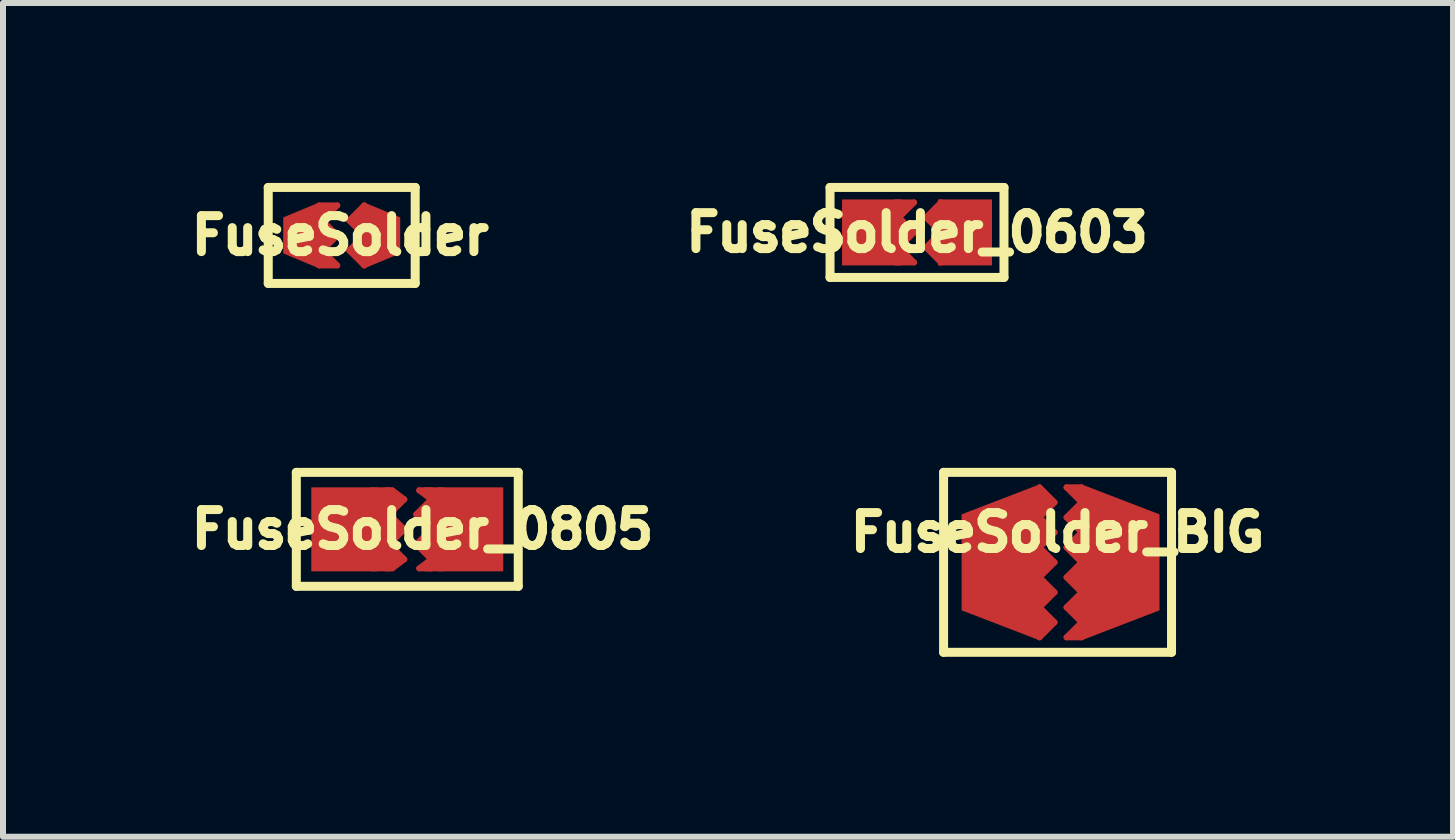
<source format=kicad_pcb>
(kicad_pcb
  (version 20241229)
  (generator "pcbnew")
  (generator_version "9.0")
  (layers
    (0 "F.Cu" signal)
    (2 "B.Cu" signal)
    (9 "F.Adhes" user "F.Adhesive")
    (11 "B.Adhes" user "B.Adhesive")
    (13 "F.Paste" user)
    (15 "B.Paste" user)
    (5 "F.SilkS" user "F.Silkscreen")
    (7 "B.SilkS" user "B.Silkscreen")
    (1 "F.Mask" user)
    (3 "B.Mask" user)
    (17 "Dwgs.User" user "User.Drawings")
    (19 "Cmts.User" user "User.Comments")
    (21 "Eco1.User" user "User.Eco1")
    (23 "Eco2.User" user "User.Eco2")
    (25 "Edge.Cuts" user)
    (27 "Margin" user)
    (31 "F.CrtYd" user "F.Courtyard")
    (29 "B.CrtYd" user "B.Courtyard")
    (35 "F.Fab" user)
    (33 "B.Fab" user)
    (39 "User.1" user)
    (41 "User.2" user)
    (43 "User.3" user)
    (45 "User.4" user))
  (footprint "FuseSolder_BIG"
    (layer "F.Cu")
    (at 14.581 6.325)
    (property "Reference" "FuseSolder_BIG" (at 0 -0.5 0) (layer "F.SilkS") (effects (font (size 0.6 0.6) (thickness 0.15))))
    (attr smd)
    (fp_line (start -0.3 -1.25) (end -0.3 1.25) (stroke (width 0.1) (type solid)) (layer "F.Cu"))
    (fp_line (start -0.3 -0.75) (end -0.05 -1) (stroke (width 0.1) (type solid)) (layer "F.Cu"))
    (fp_line (start -0.3 -0.25) (end -0.05 0) (stroke (width 0.1) (type solid)) (layer "F.Cu"))
    (fp_line (start -0.3 0.25) (end -0.05 0.5) (stroke (width 0.1) (type solid)) (layer "F.Cu"))
    (fp_line (start -0.3 0.75) (end -0.05 1) (stroke (width 0.1) (type solid)) (layer "F.Cu"))
    (fp_line (start -0.25 -1.1) (end -0.15 -1) (stroke (width 0.12) (type solid)) (layer "F.Cu"))
    (fp_line (start -0.25 -0.9) (end -0.25 -1.05) (stroke (width 0.12) (type solid)) (layer "F.Cu"))
    (fp_line (start -0.25 -0.6) (end -0.15 -0.5) (stroke (width 0.12) (type solid)) (layer "F.Cu"))
    (fp_line (start -0.25 -0.4) (end -0.25 -0.55) (stroke (width 0.12) (type solid)) (layer "F.Cu"))
    (fp_line (start -0.25 -0.1) (end -0.15 0) (stroke (width 0.12) (type solid)) (layer "F.Cu"))
    (fp_line (start -0.25 0.1) (end -0.25 -0.05) (stroke (width 0.12) (type solid)) (layer "F.Cu"))
    (fp_line (start -0.25 0.4) (end -0.15 0.5) (stroke (width 0.12) (type solid)) (layer "F.Cu"))
    (fp_line (start -0.25 0.6) (end -0.25 0.45) (stroke (width 0.12) (type solid)) (layer "F.Cu"))
    (fp_line (start -0.25 0.9) (end -0.15 1) (stroke (width 0.12) (type solid)) (layer "F.Cu"))
    (fp_line (start -0.25 1.1) (end -0.25 0.9) (stroke (width 0.12) (type solid)) (layer "F.Cu"))
    (fp_line (start -0.15 -1) (end -0.25 -0.9) (stroke (width 0.12) (type solid)) (layer "F.Cu"))
    (fp_line (start -0.15 -0.5) (end -0.25 -0.4) (stroke (width 0.12) (type solid)) (layer "F.Cu"))
    (fp_line (start -0.15 0) (end -0.25 0.1) (stroke (width 0.12) (type solid)) (layer "F.Cu"))
    (fp_line (start -0.15 0.5) (end -0.25 0.6) (stroke (width 0.12) (type solid)) (layer "F.Cu"))
    (fp_line (start -0.15 1) (end -0.25 1.1) (stroke (width 0.12) (type solid)) (layer "F.Cu"))
    (fp_line (start -0.05 -1) (end -0.3 -1.25) (stroke (width 0.1) (type solid)) (layer "F.Cu"))
    (fp_line (start -0.05 -0.5) (end -0.3 -0.75) (stroke (width 0.1) (type solid)) (layer "F.Cu"))
    (fp_line (start -0.05 -0.5) (end -0.3 -0.25) (stroke (width 0.1) (type solid)) (layer "F.Cu"))
    (fp_line (start -0.05 0) (end -0.3 0.25) (stroke (width 0.1) (type solid)) (layer "F.Cu"))
    (fp_line (start -0.05 0.5) (end -0.3 0.75) (stroke (width 0.1) (type solid)) (layer "F.Cu"))
    (fp_line (start -0.05 1) (end -0.3 1.25) (stroke (width 0.1) (type solid)) (layer "F.Cu"))
    (fp_line (start 0.15 -1.25) (end 0.4 -1.25) (stroke (width 0.1) (type solid)) (layer "F.Cu"))
    (fp_line (start 0.15 -0.75) (end 0.4 -1) (stroke (width 0.1) (type solid)) (layer "F.Cu"))
    (fp_line (start 0.15 -0.75) (end 0.4 -0.5) (stroke (width 0.1) (type solid)) (layer "F.Cu"))
    (fp_line (start 0.15 -0.25) (end 0.4 0) (stroke (width 0.1) (type solid)) (layer "F.Cu"))
    (fp_line (start 0.15 0.25) (end 0.4 0.5) (stroke (width 0.1) (type solid)) (layer "F.Cu"))
    (fp_line (start 0.15 0.75) (end 0.4 1) (stroke (width 0.1) (type solid)) (layer "F.Cu"))
    (fp_line (start 0.15 1.25) (end 0.4 1.25) (stroke (width 0.1) (type solid)) (layer "F.Cu"))
    (fp_line (start 0.25 -0.75) (end 0.35 -0.65) (stroke (width 0.12) (type solid)) (layer "F.Cu"))
    (fp_line (start 0.25 -0.25) (end 0.35 -0.15) (stroke (width 0.12) (type solid)) (layer "F.Cu"))
    (fp_line (start 0.25 0.25) (end 0.35 0.35) (stroke (width 0.12) (type solid)) (layer "F.Cu"))
    (fp_line (start 0.25 0.75) (end 0.35 0.65) (stroke (width 0.12) (type solid)) (layer "F.Cu"))
    (fp_line (start 0.25 1.2) (end 0.35 1.15) (stroke (width 0.12) (type solid)) (layer "F.Cu"))
    (fp_line (start 0.35 -1.1) (end 0.3 -1.2) (stroke (width 0.12) (type solid)) (layer "F.Cu"))
    (fp_line (start 0.35 -0.85) (end 0.25 -0.75) (stroke (width 0.12) (type solid)) (layer "F.Cu"))
    (fp_line (start 0.35 -0.65) (end 0.35 -0.8) (stroke (width 0.12) (type solid)) (layer "F.Cu"))
    (fp_line (start 0.35 -0.35) (end 0.25 -0.25) (stroke (width 0.12) (type solid)) (layer "F.Cu"))
    (fp_line (start 0.35 -0.15) (end 0.35 -0.3) (stroke (width 0.12) (type solid)) (layer "F.Cu"))
    (fp_line (start 0.35 0.15) (end 0.25 0.25) (stroke (width 0.12) (type solid)) (layer "F.Cu"))
    (fp_line (start 0.35 0.35) (end 0.35 0.2) (stroke (width 0.12) (type solid)) (layer "F.Cu"))
    (fp_line (start 0.35 0.65) (end 0.35 0.8) (stroke (width 0.12) (type solid)) (layer "F.Cu"))
    (fp_line (start 0.35 0.85) (end 0.25 0.75) (stroke (width 0.12) (type solid)) (layer "F.Cu"))
    (fp_line (start 0.4 -1) (end 0.15 -1.25) (stroke (width 0.1) (type solid)) (layer "F.Cu"))
    (fp_line (start 0.4 -0.5) (end 0.15 -0.25) (stroke (width 0.1) (type solid)) (layer "F.Cu"))
    (fp_line (start 0.4 0) (end 0.15 0.25) (stroke (width 0.1) (type solid)) (layer "F.Cu"))
    (fp_line (start 0.4 0.5) (end 0.15 0.75) (stroke (width 0.1) (type solid)) (layer "F.Cu"))
    (fp_line (start 0.4 1) (end 0.15 1.25) (stroke (width 0.1) (type solid)) (layer "F.Cu"))
    (fp_line (start 0.4 1.25) (end 0.4 -1.25) (stroke (width 0.1) (type solid)) (layer "F.Cu"))
    (fp_line (start -0.1 0) (end 0.1 0) (stroke (width 2.65) (type solid)) (layer "F.Mask"))
    (fp_line (start -1.9 -1.5) (end 1.9 -1.5) (stroke (width 0.15) (type solid)) (layer "F.SilkS"))
    (fp_line (start -1.9 1.5) (end -1.9 -1.5) (stroke (width 0.15) (type solid)) (layer "F.SilkS"))
    (fp_line (start 1.9 -1.5) (end 1.9 1.5) (stroke (width 0.15) (type solid)) (layer "F.SilkS"))
    (fp_line (start 1.9 1.5) (end -1.9 1.5) (stroke (width 0.15) (type solid)) (layer "F.SilkS"))
    (pad "1" smd trapezoid (at -0.95 0 90) (size 2.1 1.3) (rect_delta 0 0.5) (layers "F.Cu" "F.Mask" "F.Paste"))
    (pad "2" smd trapezoid (at 1.05 0 270) (size 2.1 1.3) (rect_delta 0 0.5) (layers "F.Cu" "F.Mask" "F.Paste")))
  (footprint "FuseSolder_0603"
    (layer "F.Cu")
    (at 12.238 0.825)
    (property "Reference" "FuseSolder_0603" (at 0 0 0) (layer "F.SilkS") (effects (font (size 0.6 0.6) (thickness 0.15))))
    (attr smd)
    (fp_line (start -0.35 -0.5) (end -0.35 0.5) (stroke (width 0.1) (type solid)) (layer "F.Cu"))
    (fp_line (start -0.35 0.5) (end -0.05 0.5) (stroke (width 0.1) (type solid)) (layer "F.Cu"))
    (fp_line (start -0.3 -0.45) (end -0.2 -0.45) (stroke (width 0.1) (type solid)) (layer "F.Cu"))
    (fp_line (start -0.3 -0.25) (end -0.05 -0.5) (stroke (width 0.1) (type solid)) (layer "F.Cu"))
    (fp_line (start -0.3 -0.15) (end -0.15 0) (stroke (width 0.1) (type solid)) (layer "F.Cu"))
    (fp_line (start -0.3 0.2) (end -0.3 -0.15) (stroke (width 0.1) (type solid)) (layer "F.Cu"))
    (fp_line (start -0.3 0.25) (end -0.05 0.5) (stroke (width 0.1) (type solid)) (layer "F.Cu"))
    (fp_line (start -0.3 0.35) (end -0.25 0.4) (stroke (width 0.1) (type solid)) (layer "F.Cu"))
    (fp_line (start -0.3 0.45) (end -0.3 0.35) (stroke (width 0.1) (type solid)) (layer "F.Cu"))
    (fp_line (start -0.25 0.1) (end -0.25 0) (stroke (width 0.1) (type solid)) (layer "F.Cu"))
    (fp_line (start -0.2 -0.45) (end -0.3 -0.35) (stroke (width 0.1) (type solid)) (layer "F.Cu"))
    (fp_line (start -0.15 0) (end -0.25 0.1) (stroke (width 0.1) (type solid)) (layer "F.Cu"))
    (fp_line (start -0.15 0.45) (end -0.3 0.45) (stroke (width 0.1) (type solid)) (layer "F.Cu"))
    (fp_line (start -0.05 -0.5) (end -0.35 -0.5) (stroke (width 0.1) (type solid)) (layer "F.Cu"))
    (fp_line (start -0.05 0) (end -0.3 -0.25) (stroke (width 0.1) (type solid)) (layer "F.Cu"))
    (fp_line (start -0.05 0) (end -0.3 0.25) (stroke (width 0.1) (type solid)) (layer "F.Cu"))
    (fp_line (start 0.15 -0.25) (end 0.4 0) (stroke (width 0.1) (type solid)) (layer "F.Cu"))
    (fp_line (start 0.15 0.25) (end 0.4 0.5) (stroke (width 0.1) (type solid)) (layer "F.Cu"))
    (fp_line (start 0.25 -0.25) (end 0.35 -0.35) (stroke (width 0.1) (type solid)) (layer "F.Cu"))
    (fp_line (start 0.25 0.25) (end 0.35 0.15) (stroke (width 0.1) (type solid)) (layer "F.Cu"))
    (fp_line (start 0.35 -0.35) (end 0.35 -0.25) (stroke (width 0.1) (type solid)) (layer "F.Cu"))
    (fp_line (start 0.35 -0.15) (end 0.25 -0.25) (stroke (width 0.1) (type solid)) (layer "F.Cu"))
    (fp_line (start 0.35 0.15) (end 0.35 0.3) (stroke (width 0.1) (type solid)) (layer "F.Cu"))
    (fp_line (start 0.35 0.4) (end 0.25 0.25) (stroke (width 0.1) (type solid)) (layer "F.Cu"))
    (fp_line (start 0.4 -0.5) (end 0.15 -0.25) (stroke (width 0.1) (type solid)) (layer "F.Cu"))
    (fp_line (start 0.4 0) (end 0.15 0.25) (stroke (width 0.1) (type solid)) (layer "F.Cu"))
    (fp_line (start 0.4 0.5) (end 0.4 -0.5) (stroke (width 0.1) (type solid)) (layer "F.Cu"))
    (fp_line (start -0.5 0) (end 0.5 0) (stroke (width 1.1) (type solid)) (layer "F.Mask"))
    (fp_line (start -1.45 -0.75) (end 1.45 -0.75) (stroke (width 0.15) (type solid)) (layer "F.SilkS"))
    (fp_line (start -1.45 0.75) (end -1.45 -0.75) (stroke (width 0.15) (type solid)) (layer "F.SilkS"))
    (fp_line (start 1.45 -0.75) (end 1.45 0.75) (stroke (width 0.15) (type solid)) (layer "F.SilkS"))
    (fp_line (start 1.45 0.75) (end -1.45 0.75) (stroke (width 0.15) (type solid)) (layer "F.SilkS"))
    (pad "1" smd rect (at -0.75 0) (size 1 1.1) (layers "F.Cu" "F.Mask" "F.Paste"))
    (pad "2" smd rect (at 0.8 0) (size 0.9 1.1) (layers "F.Cu" "F.Mask" "F.Paste")))
  (footprint "FuseSolder"
    (layer "F.Cu")
    (at 2.622 0.875)
    (property "Reference" "FuseSolder" (at 0 0 0) (layer "F.SilkS") (effects (font (size 0.6 0.6) (thickness 0.15))))
    (attr exclude_from_pos_files exclude_from_bom)
    (fp_line (start -0.35 -0.5) (end -0.35 0.5) (stroke (width 0.1) (type solid)) (layer "F.Cu"))
    (fp_line (start -0.3 -0.45) (end -0.2 -0.45) (stroke (width 0.1) (type solid)) (layer "F.Cu"))
    (fp_line (start -0.3 -0.25) (end -0.05 -0.5) (stroke (width 0.1) (type solid)) (layer "F.Cu"))
    (fp_line (start -0.3 -0.15) (end -0.15 0) (stroke (width 0.1) (type solid)) (layer "F.Cu"))
    (fp_line (start -0.3 0.2) (end -0.3 -0.15) (stroke (width 0.1) (type solid)) (layer "F.Cu"))
    (fp_line (start -0.3 0.25) (end -0.05 0.5) (stroke (width 0.1) (type solid)) (layer "F.Cu"))
    (fp_line (start -0.3 0.35) (end -0.25 0.4) (stroke (width 0.1) (type solid)) (layer "F.Cu"))
    (fp_line (start -0.3 0.45) (end -0.3 0.35) (stroke (width 0.1) (type solid)) (layer "F.Cu"))
    (fp_line (start -0.25 0.1) (end -0.25 0) (stroke (width 0.1) (type solid)) (layer "F.Cu"))
    (fp_line (start -0.2 -0.45) (end -0.3 -0.35) (stroke (width 0.1) (type solid)) (layer "F.Cu"))
    (fp_line (start -0.15 0) (end -0.25 0.1) (stroke (width 0.1) (type solid)) (layer "F.Cu"))
    (fp_line (start -0.15 0.45) (end -0.3 0.45) (stroke (width 0.1) (type solid)) (layer "F.Cu"))
    (fp_line (start -0.05 0) (end -0.3 -0.25) (stroke (width 0.1) (type solid)) (layer "F.Cu"))
    (fp_line (start -0.05 0) (end -0.3 0.25) (stroke (width 0.1) (type solid)) (layer "F.Cu"))
    (fp_line (start 0.15 -0.25) (end 0.4 0) (stroke (width 0.1) (type solid)) (layer "F.Cu"))
    (fp_line (start 0.15 0.25) (end 0.4 0.5) (stroke (width 0.1) (type solid)) (layer "F.Cu"))
    (fp_line (start 0.25 -0.25) (end 0.35 -0.35) (stroke (width 0.1) (type solid)) (layer "F.Cu"))
    (fp_line (start 0.25 0.25) (end 0.35 0.15) (stroke (width 0.1) (type solid)) (layer "F.Cu"))
    (fp_line (start 0.35 -0.35) (end 0.35 -0.25) (stroke (width 0.1) (type solid)) (layer "F.Cu"))
    (fp_line (start 0.35 -0.15) (end 0.25 -0.25) (stroke (width 0.1) (type solid)) (layer "F.Cu"))
    (fp_line (start 0.35 0.15) (end 0.35 0.3) (stroke (width 0.1) (type solid)) (layer "F.Cu"))
    (fp_line (start 0.35 0.4) (end 0.25 0.25) (stroke (width 0.1) (type solid)) (layer "F.Cu"))
    (fp_line (start 0.4 -0.5) (end 0.15 -0.25) (stroke (width 0.1) (type solid)) (layer "F.Cu"))
    (fp_line (start 0.4 0) (end 0.15 0.25) (stroke (width 0.1) (type solid)) (layer "F.Cu"))
    (fp_line (start 0.4 0.5) (end 0.4 -0.5) (stroke (width 0.1) (type solid)) (layer "F.Cu"))
    (fp_line (start -0.3 0) (end 0.3 0) (stroke (width 1.1) (type solid)) (layer "F.Mask"))
    (fp_line (start -1.2 -0.8) (end 1.25 -0.8) (stroke (width 0.15) (type solid)) (layer "F.SilkS"))
    (fp_line (start -1.2 0.8) (end -1.2 -0.8) (stroke (width 0.15) (type solid)) (layer "F.SilkS"))
    (fp_line (start 1.25 -0.8) (end 1.25 0.8) (stroke (width 0.15) (type solid)) (layer "F.SilkS"))
    (fp_line (start 1.25 0.8) (end -1.2 0.8) (stroke (width 0.15) (type solid)) (layer "F.SilkS"))
    (pad "1" smd trapezoid (at -0.65 0 90) (size 0.85 0.6) (rect_delta 0 0.25) (layers "F.Cu" "F.Mask" "F.Paste"))
    (pad "1" smd oval (at -0.2 -0.5) (size 0.4 0.1) (layers "F.Cu" "F.Mask" "F.Paste"))
    (pad "1" smd oval (at -0.2 0.5) (size 0.4 0.1) (layers "F.Cu" "F.Mask" "F.Paste"))
    (pad "2" smd trapezoid (at 0.7 0 270) (size 0.85 0.6) (rect_delta 0 0.25) (layers "F.Cu" "F.Mask" "F.Paste")))
  (footprint "FuseSolder_0805"
    (layer "F.Cu")
    (at 3.74 5.775)
    (property "Reference" "FuseSolder_0805" (at 0.254 0 0) (layer "F.SilkS") (effects (font (size 0.6 0.6) (thickness 0.15))))
    (attr smd)
    (fp_line (start -0.483 -0.635) (end -0.483 0.635) (stroke (width 0.1) (type solid)) (layer "F.Cu"))
    (fp_line (start -0.406 0.635) (end -0.406 -0.635) (stroke (width 0.1) (type solid)) (layer "F.Cu"))
    (fp_line (start -0.35 -0.65) (end -0.35 0.65) (stroke (width 0.1) (type solid)) (layer "F.Cu"))
    (fp_line (start -0.33 -0.61) (end -0.127 -0.457) (stroke (width 0.1) (type solid)) (layer "F.Cu"))
    (fp_line (start -0.33 -0.508) (end -0.203 -0.508) (stroke (width 0.1) (type solid)) (layer "F.Cu"))
    (fp_line (start -0.33 0.508) (end -0.203 0.508) (stroke (width 0.1) (type solid)) (layer "F.Cu"))
    (fp_line (start -0.3 -0.65) (end -0.6 -0.65) (stroke (width 0.1) (type solid)) (layer "F.Cu"))
    (fp_line (start -0.3 -0.45) (end -0.2 -0.45) (stroke (width 0.1) (type solid)) (layer "F.Cu"))
    (fp_line (start -0.3 -0.25) (end -0.05 -0.5) (stroke (width 0.1) (type solid)) (layer "F.Cu"))
    (fp_line (start -0.3 -0.15) (end -0.15 0) (stroke (width 0.1) (type solid)) (layer "F.Cu"))
    (fp_line (start -0.3 0.2) (end -0.3 -0.15) (stroke (width 0.1) (type solid)) (layer "F.Cu"))
    (fp_line (start -0.3 0.25) (end -0.05 0.5) (stroke (width 0.1) (type solid)) (layer "F.Cu"))
    (fp_line (start -0.3 0.35) (end -0.25 0.4) (stroke (width 0.1) (type solid)) (layer "F.Cu"))
    (fp_line (start -0.3 0.45) (end -0.3 0.35) (stroke (width 0.1) (type solid)) (layer "F.Cu"))
    (fp_line (start -0.3 0.65) (end -0.6 0.65) (stroke (width 0.1) (type solid)) (layer "F.Cu"))
    (fp_line (start -0.25 -0.65) (end -0.35 -0.65) (stroke (width 0.1) (type solid)) (layer "F.Cu"))
    (fp_line (start -0.25 -0.65) (end -0.05 -0.5) (stroke (width 0.1) (type solid)) (layer "F.Cu"))
    (fp_line (start -0.25 0.1) (end -0.25 0) (stroke (width 0.1) (type solid)) (layer "F.Cu"))
    (fp_line (start -0.25 0.65) (end -0.35 0.65) (stroke (width 0.1) (type solid)) (layer "F.Cu"))
    (fp_line (start -0.2 -0.45) (end -0.3 -0.35) (stroke (width 0.1) (type solid)) (layer "F.Cu"))
    (fp_line (start -0.15 0) (end -0.25 0.1) (stroke (width 0.1) (type solid)) (layer "F.Cu"))
    (fp_line (start -0.15 0.45) (end -0.3 0.45) (stroke (width 0.1) (type solid)) (layer "F.Cu"))
    (fp_line (start -0.127 0.457) (end -0.33 0.61) (stroke (width 0.1) (type solid)) (layer "F.Cu"))
    (fp_line (start -0.05 0) (end -0.3 -0.25) (stroke (width 0.1) (type solid)) (layer "F.Cu"))
    (fp_line (start -0.05 0) (end -0.3 0.25) (stroke (width 0.1) (type solid)) (layer "F.Cu"))
    (fp_line (start -0.05 0.5) (end -0.25 0.65) (stroke (width 0.1) (type solid)) (layer "F.Cu"))
    (fp_line (start 0.15 -0.25) (end 0.4 0) (stroke (width 0.1) (type solid)) (layer "F.Cu"))
    (fp_line (start 0.15 0.25) (end 0.4 0.5) (stroke (width 0.1) (type solid)) (layer "F.Cu"))
    (fp_line (start 0.2 -0.65) (end 0.4 -0.5) (stroke (width 0.1) (type solid)) (layer "F.Cu"))
    (fp_line (start 0.2 0.65) (end 0.4 0.5) (stroke (width 0.1) (type solid)) (layer "F.Cu"))
    (fp_line (start 0.25 -0.25) (end 0.35 -0.35) (stroke (width 0.1) (type solid)) (layer "F.Cu"))
    (fp_line (start 0.25 0.25) (end 0.35 0.15) (stroke (width 0.1) (type solid)) (layer "F.Cu"))
    (fp_line (start 0.35 -0.35) (end 0.35 -0.25) (stroke (width 0.1) (type solid)) (layer "F.Cu"))
    (fp_line (start 0.35 -0.15) (end 0.25 -0.25) (stroke (width 0.1) (type solid)) (layer "F.Cu"))
    (fp_line (start 0.35 0.15) (end 0.35 0.3) (stroke (width 0.1) (type solid)) (layer "F.Cu"))
    (fp_line (start 0.35 0.4) (end 0.25 0.25) (stroke (width 0.1) (type solid)) (layer "F.Cu"))
    (fp_line (start 0.4 -0.65) (end 0.2 -0.65) (stroke (width 0.1) (type solid)) (layer "F.Cu"))
    (fp_line (start 0.4 -0.5) (end 0.15 -0.25) (stroke (width 0.1) (type solid)) (layer "F.Cu"))
    (fp_line (start 0.4 0) (end 0.15 0.25) (stroke (width 0.1) (type solid)) (layer "F.Cu"))
    (fp_line (start 0.4 0.65) (end 0.2 0.65) (stroke (width 0.1) (type solid)) (layer "F.Cu"))
    (fp_line (start 0.4 0.65) (end 0.4 -0.65) (stroke (width 0.1) (type solid)) (layer "F.Cu"))
    (fp_line (start 0.483 -0.635) (end 0.483 0.635) (stroke (width 0.1) (type solid)) (layer "F.Cu"))
    (fp_line (start 0.6 -0.65) (end 0.3 -0.65) (stroke (width 0.1) (type solid)) (layer "F.Cu"))
    (fp_line (start 0.6 0.65) (end 0.3 0.65) (stroke (width 0.1) (type solid)) (layer "F.Cu"))
    (fp_line (start -0.8 0) (end 0.8 0) (stroke (width 1.4) (type solid)) (layer "F.Mask"))
    (fp_line (start -1.85 -0.95) (end 1.85 -0.95) (stroke (width 0.15) (type solid)) (layer "F.SilkS"))
    (fp_line (start -1.85 0.95) (end -1.85 -0.95) (stroke (width 0.15) (type solid)) (layer "F.SilkS"))
    (fp_line (start 1.85 -0.95) (end 1.85 0.95) (stroke (width 0.15) (type solid)) (layer "F.SilkS"))
    (fp_line (start 1.85 0.95) (end -1.85 0.95) (stroke (width 0.15) (type solid)) (layer "F.SilkS"))
    (pad "1" smd rect (at -1.05 0) (size 1.1 1.4) (layers "F.Cu" "F.Mask" "F.Paste"))
    (pad "2" smd rect (at 1.05 0) (size 1.1 1.4) (layers "F.Cu" "F.Mask" "F.Paste")))
  (gr_rect
    (start -3 -3)
    (end 21.174 10.9)
    (stroke (width 0.1) (type default))
    (fill no)
    (layer "Edge.Cuts")))
</source>
